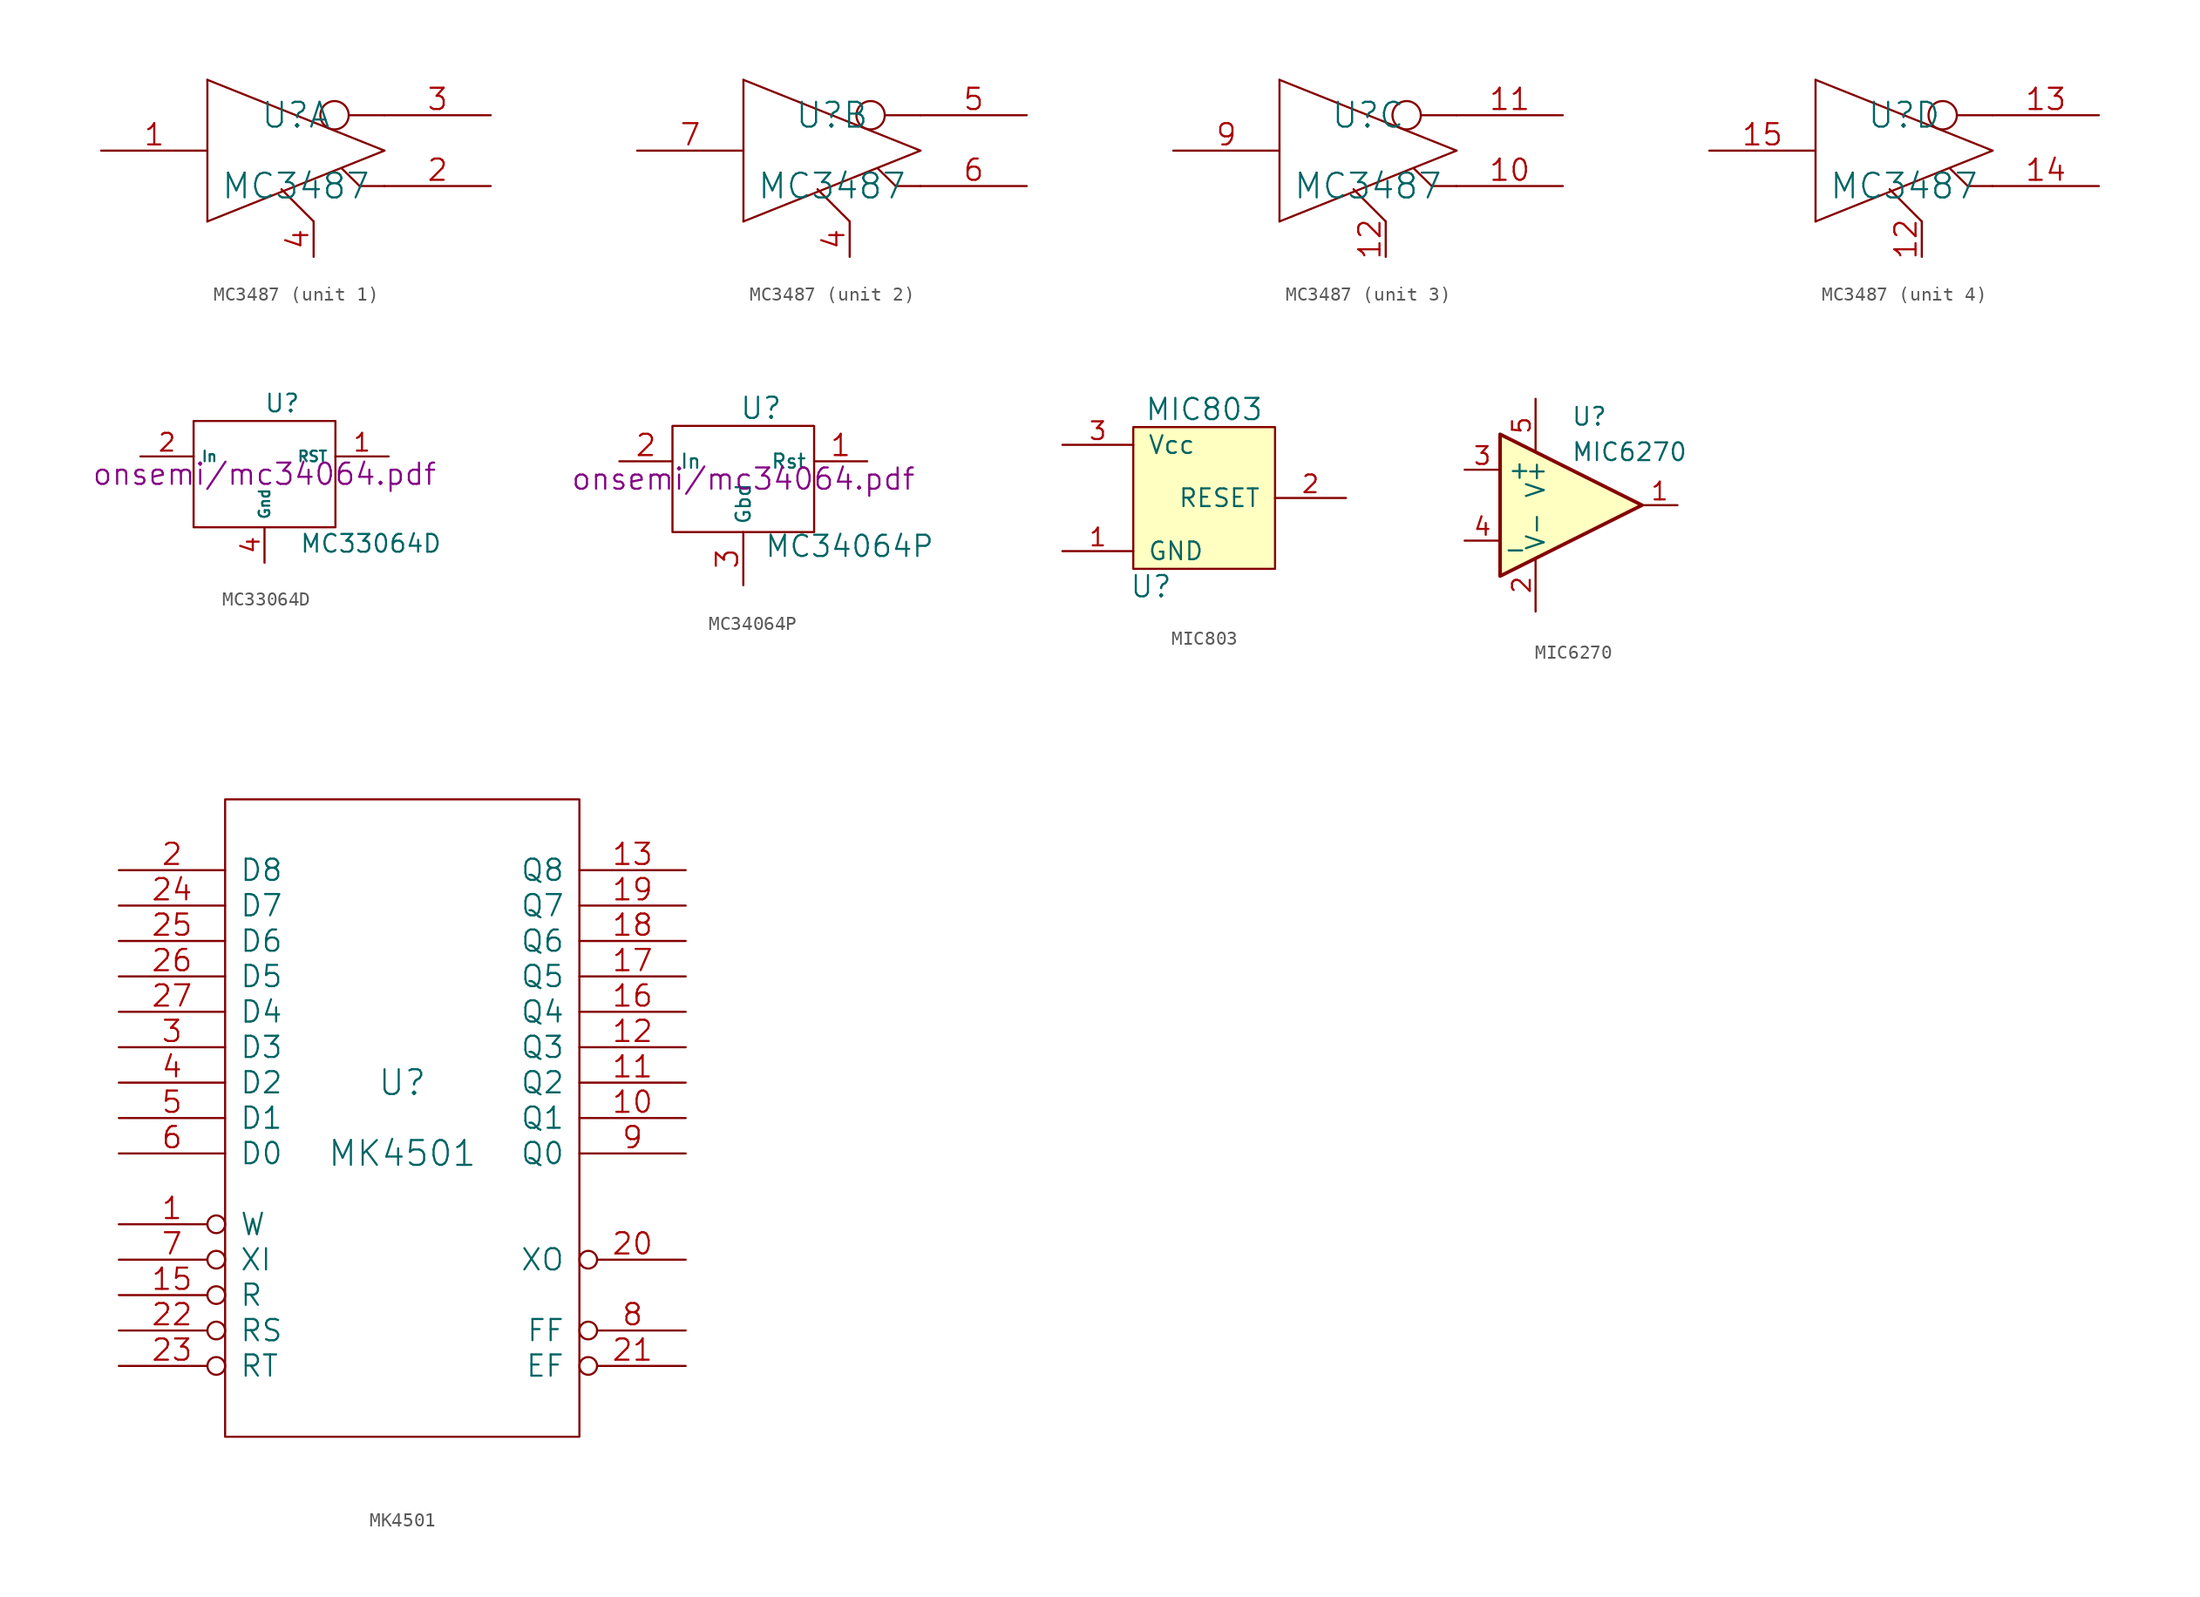
<source format=kicad_sym>
(kicad_symbol_lib
  (version 20211014)
  (generator kicad_symbol_editor)
  (symbol "MC3487"
    (pin_names
      (offset 1.016) hide)
    (property "Reference" "U"
      (at 0 2.54 0)
      (effects (font (size 1.778 1.778))))
    (property "Value" "MC3487"
      (at 0 -2.54 0)
      (effects (font (size 1.778 1.778))))
    (property "Footprint" ""
      (at 0 0 0)
      (effects (font (size 1.524 1.524))))
    (property "Datasheet" ""
      (at 0 0 0)
      (effects (font (size 1.524 1.524))))
    (symbol "MC3487_0_1"
      (polyline (pts (xy -6.35 -5.08) (xy 6.35 0)) (stroke (width 0) (type default) (color 0 0 0 0)) (fill (type none)))
      (polyline (pts (xy -6.35 5.08) (xy -6.35 -5.08)) (stroke (width 0) (type default) (color 0 0 0 0)) (fill (type none)))
      (polyline (pts (xy 1.27 -5.08) (xy -1.041 -2.769)) (stroke (width 0) (type default) (color 0 0 0 0)) (fill (type none)))
      (polyline (pts (xy 3.81 2.54) (xy 6.35 2.54)) (stroke (width 0) (type default) (color 0 0 0 0)) (fill (type none)))
      (polyline (pts (xy 4.572 -2.54) (xy 3.277 -1.27)) (stroke (width 0) (type default) (color 0 0 0 0)) (fill (type none)))
      (polyline (pts (xy 6.35 -2.54) (xy 4.572 -2.54)) (stroke (width 0) (type default) (color 0 0 0 0)) (fill (type none)))
      (polyline (pts (xy 6.35 0) (xy -6.35 5.08)) (stroke (width 0) (type default) (color 0 0 0 0)) (fill (type none)))
      (circle (center 2.769 2.54) (radius 1.016) (stroke (width 0) (type default) (color 0 0 0 0)) (fill (type none))))
    (symbol "MC3487_1_1"
      (pin input line (at -13.97 0 0) (length 7.62) (name "INPUT" (effects (font (size 1.524 1.524)))) (number "1" (effects (font (size 1.524 1.524)))))
      (pin power_in line (at -6.35 5.08 90) (length 0) hide (name "VCC" (effects (font (size 1.524 1.524)))) (number "16" (effects (font (size 1.524 1.524)))))
      (pin tri_state line (at 13.97 -2.54 180) (length 7.62) (name "OUT+" (effects (font (size 1.524 1.524)))) (number "2" (effects (font (size 1.524 1.524)))))
      (pin tri_state line (at 13.97 2.54 180) (length 7.62) (name "OUT-" (effects (font (size 1.524 1.524)))) (number "3" (effects (font (size 1.524 1.524)))))
      (pin input line (at 1.27 -7.62 90) (length 2.54) (name "ENABLE" (effects (font (size 1.524 1.524)))) (number "4" (effects (font (size 1.524 1.524)))))
      (pin power_in line (at -6.35 -5.08 90) (length 0) hide (name "GND" (effects (font (size 1.524 1.524)))) (number "8" (effects (font (size 1.524 1.524))))))
    (symbol "MC3487_2_1"
      (pin power_in line (at -6.35 5.08 90) (length 0) hide (name "VCC" (effects (font (size 1.524 1.524)))) (number "16" (effects (font (size 1.524 1.524)))))
      (pin input line (at 1.27 -7.62 90) (length 2.54) (name "ENABLE" (effects (font (size 1.524 1.524)))) (number "4" (effects (font (size 1.524 1.524)))))
      (pin tri_state line (at 13.97 2.54 180) (length 7.62) (name "OUT-" (effects (font (size 1.524 1.524)))) (number "5" (effects (font (size 1.524 1.524)))))
      (pin tri_state line (at 13.97 -2.54 180) (length 7.62) (name "OUT+" (effects (font (size 1.524 1.524)))) (number "6" (effects (font (size 1.524 1.524)))))
      (pin input line (at -13.97 0 0) (length 7.62) (name "INPUT" (effects (font (size 1.524 1.524)))) (number "7" (effects (font (size 1.524 1.524)))))
      (pin power_in line (at -6.35 -5.08 90) (length 0) hide (name "GND" (effects (font (size 1.524 1.524)))) (number "8" (effects (font (size 1.524 1.524))))))
    (symbol "MC3487_3_1"
      (pin tri_state line (at 13.97 -2.54 180) (length 7.62) (name "OUT+" (effects (font (size 1.524 1.524)))) (number "10" (effects (font (size 1.524 1.524)))))
      (pin tri_state line (at 13.97 2.54 180) (length 7.62) (name "OUT-" (effects (font (size 1.524 1.524)))) (number "11" (effects (font (size 1.524 1.524)))))
      (pin input line (at 1.27 -7.62 90) (length 2.54) (name "ENABLE" (effects (font (size 1.524 1.524)))) (number "12" (effects (font (size 1.524 1.524)))))
      (pin power_in line (at -6.35 5.08 90) (length 0) hide (name "VCC" (effects (font (size 1.524 1.524)))) (number "16" (effects (font (size 1.524 1.524)))))
      (pin power_in line (at -6.35 -5.08 90) (length 0) hide (name "GND" (effects (font (size 1.524 1.524)))) (number "8" (effects (font (size 1.524 1.524)))))
      (pin input line (at -13.97 0 0) (length 7.62) (name "INPUT" (effects (font (size 1.524 1.524)))) (number "9" (effects (font (size 1.524 1.524))))))
    (symbol "MC3487_4_1"
      (pin input line (at 1.27 -7.62 90) (length 2.54) (name "ENABLE" (effects (font (size 1.524 1.524)))) (number "12" (effects (font (size 1.524 1.524)))))
      (pin tri_state line (at 13.97 2.54 180) (length 7.62) (name "OUT-" (effects (font (size 1.524 1.524)))) (number "13" (effects (font (size 1.524 1.524)))))
      (pin tri_state line (at 13.97 -2.54 180) (length 7.62) (name "OUT+" (effects (font (size 1.524 1.524)))) (number "14" (effects (font (size 1.524 1.524)))))
      (pin input line (at -13.97 0 0) (length 7.62) (name "INPUT" (effects (font (size 1.524 1.524)))) (number "15" (effects (font (size 1.524 1.524)))))
      (pin power_in line (at -6.35 5.08 90) (length 0) hide (name "VCC" (effects (font (size 1.524 1.524)))) (number "16" (effects (font (size 1.524 1.524)))))
      (pin power_in line (at -6.35 -5.08 90) (length 0) hide (name "GND" (effects (font (size 1.524 1.524)))) (number "8" (effects (font (size 1.524 1.524)))))))
  (symbol "MC33064D"
    (property "Reference" "U"
      (at 1.27 5.08 0)
      (effects (font (size 1.27 1.27))))
    (property "Value" "MC33064D"
      (at 7.62 -4.978 0)
      (effects (font (size 1.27 1.27))))
    (property "Footprint" ""
      (at 0 0 0)
      (effects (font (size 1.524 1.524))))
    (property "Datasheet" "onsemi/mc34064.pdf"
      (at 0 0 0)
      (effects (font (size 1.524 1.524))))
    (symbol "MC33064D_0_1"
      (rectangle (start -5.08 -3.81) (end 5.08 3.81) (stroke (width 0) (type default) (color 0 0 0 0)) (fill (type none))))
    (symbol "MC33064D_1_1"
      (pin open_collector line (at 8.89 1.27 180) (length 3.81) (name "RST" (effects (font (size 0.762 0.762)))) (number "1" (effects (font (size 1.27 1.27)))))
      (pin input line (at -8.89 1.27 0) (length 3.81) (name "In" (effects (font (size 0.762 0.762)))) (number "2" (effects (font (size 1.27 1.27)))))
      (pin power_in line (at 0 -6.35 90) (length 2.54) (name "Gnd" (effects (font (size 0.762 0.762)))) (number "4" (effects (font (size 1.27 1.27)))))))
  (symbol "MC34064P"
    (property "Reference" "U"
      (at 1.27 5.08 0)
      (effects (font (size 1.524 1.524))))
    (property "Value" "MC34064P"
      (at 7.62 -4.826 0)
      (effects (font (size 1.524 1.524))))
    (property "Footprint" ""
      (at 0 0 0)
      (effects (font (size 1.524 1.524))))
    (property "Datasheet" "onsemi/mc34064.pdf"
      (at 0 0 0)
      (effects (font (size 1.524 1.524))))
    (symbol "MC34064P_0_1"
      (rectangle (start -5.08 -3.81) (end 5.08 3.81) (stroke (width 0) (type default) (color 0 0 0 0)) (fill (type none))))
    (symbol "MC34064P_1_1"
      (pin open_collector line (at 8.89 1.27 180) (length 3.81) (name "Rst" (effects (font (size 1.016 1.016)))) (number "1" (effects (font (size 1.524 1.524)))))
      (pin input line (at -8.89 1.27 0) (length 3.81) (name "In" (effects (font (size 1.016 1.016)))) (number "2" (effects (font (size 1.524 1.524)))))
      (pin input line (at 0 -7.62 90) (length 3.81) (name "Gbd" (effects (font (size 1.016 1.016)))) (number "3" (effects (font (size 1.524 1.524)))))))
  (symbol "MIC803"
    (pin_names
      (offset 1.016))
    (property "Reference" "U"
      (at -3.81 -6.35 0)
      (effects (font (size 1.524 1.524))))
    (property "Value" "MIC803"
      (at 0 6.35 0)
      (effects (font (size 1.524 1.524))))
    (symbol "MIC803_0_1"
      (rectangle (start -5.08 5.08) (end 5.08 -5.08) (stroke (width 0) (type default) (color 0 0 0 0)) (fill (type background))))
    (symbol "MIC803_1_1"
      (pin input line (at -10.16 -3.81 0) (length 5.08) (name "GND" (effects (font (size 1.27 1.27)))) (number "1" (effects (font (size 1.27 1.27)))))
      (pin output line (at 10.16 0 180) (length 5.08) (name "RESET" (effects (font (size 1.27 1.27)))) (number "2" (effects (font (size 1.27 1.27)))))
      (pin input line (at -10.16 3.81 0) (length 5.08) (name "Vcc" (effects (font (size 1.27 1.27)))) (number "3" (effects (font (size 1.27 1.27)))))))
  (symbol "MIC6270"
    (property "Reference" "U"
      (at 0 6.35 0)
      (effects (font (size 1.27 1.27)) (justify left)))
    (property "Value" "MIC6270"
      (at 0 3.81 0)
      (effects (font (size 1.27 1.27)) (justify left)))
    (property "Footprint" ""
      (at 0 0 0)
      (effects (font (size 1.27 1.27))))
    (property "Datasheet" ""
      (at 0 0 0)
      (effects (font (size 1.27 1.27))))
    (symbol "MIC6270_0_1"
      (polyline (pts (xy -5.08 5.08) (xy 5.08 0) (xy -5.08 -5.08) (xy -5.08 5.08)) (stroke (width 0.254) (type default) (color 0 0 0 0)) (fill (type background))))
    (symbol "MIC6270_1_1"
      (pin open_collector line (at 7.62 0 180) (length 2.54) (name "~" (effects (font (size 1.27 1.27)))) (number "1" (effects (font (size 1.27 1.27)))))
      (pin power_in line (at -2.54 -7.62 90) (length 3.81) (name "V-" (effects (font (size 1.27 1.27)))) (number "2" (effects (font (size 1.27 1.27)))))
      (pin input line (at -7.62 2.54 0) (length 2.54) (name "+" (effects (font (size 1.27 1.27)))) (number "3" (effects (font (size 1.27 1.27)))))
      (pin input line (at -7.62 -2.54 0) (length 2.54) (name "_" (effects (font (size 1.27 1.27)))) (number "4" (effects (font (size 1.27 1.27)))))
      (pin power_in line (at -2.54 7.62 270) (length 3.81) (name "V+" (effects (font (size 1.27 1.27)))) (number "5" (effects (font (size 1.27 1.27)))))))
  (symbol "MK4501"
    (pin_names
      (offset 1.016))
    (property "Reference" "U"
      (at 0 2.54 0)
      (effects (font (size 1.778 1.778))))
    (property "Value" "MK4501"
      (at 0 -2.54 0)
      (effects (font (size 1.778 1.778))))
    (property "Footprint" ""
      (at 0 0 0)
      (effects (font (size 1.524 1.524))))
    (property "Datasheet" ""
      (at 0 0 0)
      (effects (font (size 1.524 1.524))))
    (symbol "MK4501_0_1"
      (rectangle (start -12.7 -22.86) (end 12.7 22.86) (stroke (width 0) (type default) (color 0 0 0 0)) (fill (type none))))
    (symbol "MK4501_1_1"
      (pin input inverted (at -20.32 -7.62 0) (length 7.62) (name "W" (effects (font (size 1.524 1.524)))) (number "1" (effects (font (size 1.524 1.524)))))
      (pin output line (at 20.32 0 180) (length 7.62) (name "Q1" (effects (font (size 1.524 1.524)))) (number "10" (effects (font (size 1.524 1.524)))))
      (pin output line (at 20.32 2.54 180) (length 7.62) (name "Q2" (effects (font (size 1.524 1.524)))) (number "11" (effects (font (size 1.524 1.524)))))
      (pin output line (at 20.32 5.08 180) (length 7.62) (name "Q3" (effects (font (size 1.524 1.524)))) (number "12" (effects (font (size 1.524 1.524)))))
      (pin output line (at 20.32 17.78 180) (length 7.62) (name "Q8" (effects (font (size 1.524 1.524)))) (number "13" (effects (font (size 1.524 1.524)))))
      (pin power_in line (at -12.7 -22.86 90) (length 0) hide (name "GND" (effects (font (size 1.524 1.524)))) (number "14" (effects (font (size 1.524 1.524)))))
      (pin input inverted (at -20.32 -12.7 0) (length 7.62) (name "R" (effects (font (size 1.524 1.524)))) (number "15" (effects (font (size 1.524 1.524)))))
      (pin output line (at 20.32 7.62 180) (length 7.62) (name "Q4" (effects (font (size 1.524 1.524)))) (number "16" (effects (font (size 1.524 1.524)))))
      (pin output line (at 20.32 10.16 180) (length 7.62) (name "Q5" (effects (font (size 1.524 1.524)))) (number "17" (effects (font (size 1.524 1.524)))))
      (pin output line (at 20.32 12.7 180) (length 7.62) (name "Q6" (effects (font (size 1.524 1.524)))) (number "18" (effects (font (size 1.524 1.524)))))
      (pin output line (at 20.32 15.24 180) (length 7.62) (name "Q7" (effects (font (size 1.524 1.524)))) (number "19" (effects (font (size 1.524 1.524)))))
      (pin input line (at -20.32 17.78 0) (length 7.62) (name "D8" (effects (font (size 1.524 1.524)))) (number "2" (effects (font (size 1.524 1.524)))))
      (pin output inverted (at 20.32 -10.16 180) (length 7.62) (name "XO" (effects (font (size 1.524 1.524)))) (number "20" (effects (font (size 1.524 1.524)))))
      (pin output inverted (at 20.32 -17.78 180) (length 7.62) (name "EF" (effects (font (size 1.524 1.524)))) (number "21" (effects (font (size 1.524 1.524)))))
      (pin input inverted (at -20.32 -15.24 0) (length 7.62) (name "RS" (effects (font (size 1.524 1.524)))) (number "22" (effects (font (size 1.524 1.524)))))
      (pin input inverted (at -20.32 -17.78 0) (length 7.62) (name "RT" (effects (font (size 1.524 1.524)))) (number "23" (effects (font (size 1.524 1.524)))))
      (pin input line (at -20.32 15.24 0) (length 7.62) (name "D7" (effects (font (size 1.524 1.524)))) (number "24" (effects (font (size 1.524 1.524)))))
      (pin input line (at -20.32 12.7 0) (length 7.62) (name "D6" (effects (font (size 1.524 1.524)))) (number "25" (effects (font (size 1.524 1.524)))))
      (pin input line (at -20.32 10.16 0) (length 7.62) (name "D5" (effects (font (size 1.524 1.524)))) (number "26" (effects (font (size 1.524 1.524)))))
      (pin input line (at -20.32 7.62 0) (length 7.62) (name "D4" (effects (font (size 1.524 1.524)))) (number "27" (effects (font (size 1.524 1.524)))))
      (pin power_in line (at -12.7 22.86 90) (length 0) hide (name "VCC" (effects (font (size 1.524 1.524)))) (number "28" (effects (font (size 1.524 1.524)))))
      (pin input line (at -20.32 5.08 0) (length 7.62) (name "D3" (effects (font (size 1.524 1.524)))) (number "3" (effects (font (size 1.524 1.524)))))
      (pin input line (at -20.32 2.54 0) (length 7.62) (name "D2" (effects (font (size 1.524 1.524)))) (number "4" (effects (font (size 1.524 1.524)))))
      (pin input line (at -20.32 0 0) (length 7.62) (name "D1" (effects (font (size 1.524 1.524)))) (number "5" (effects (font (size 1.524 1.524)))))
      (pin input line (at -20.32 -2.54 0) (length 7.62) (name "D0" (effects (font (size 1.524 1.524)))) (number "6" (effects (font (size 1.524 1.524)))))
      (pin input inverted (at -20.32 -10.16 0) (length 7.62) (name "XI" (effects (font (size 1.524 1.524)))) (number "7" (effects (font (size 1.524 1.524)))))
      (pin output inverted (at 20.32 -15.24 180) (length 7.62) (name "FF" (effects (font (size 1.524 1.524)))) (number "8" (effects (font (size 1.524 1.524)))))
      (pin output line (at 20.32 -2.54 180) (length 7.62) (name "Q0" (effects (font (size 1.524 1.524)))) (number "9" (effects (font (size 1.524 1.524))))))))
</source>
